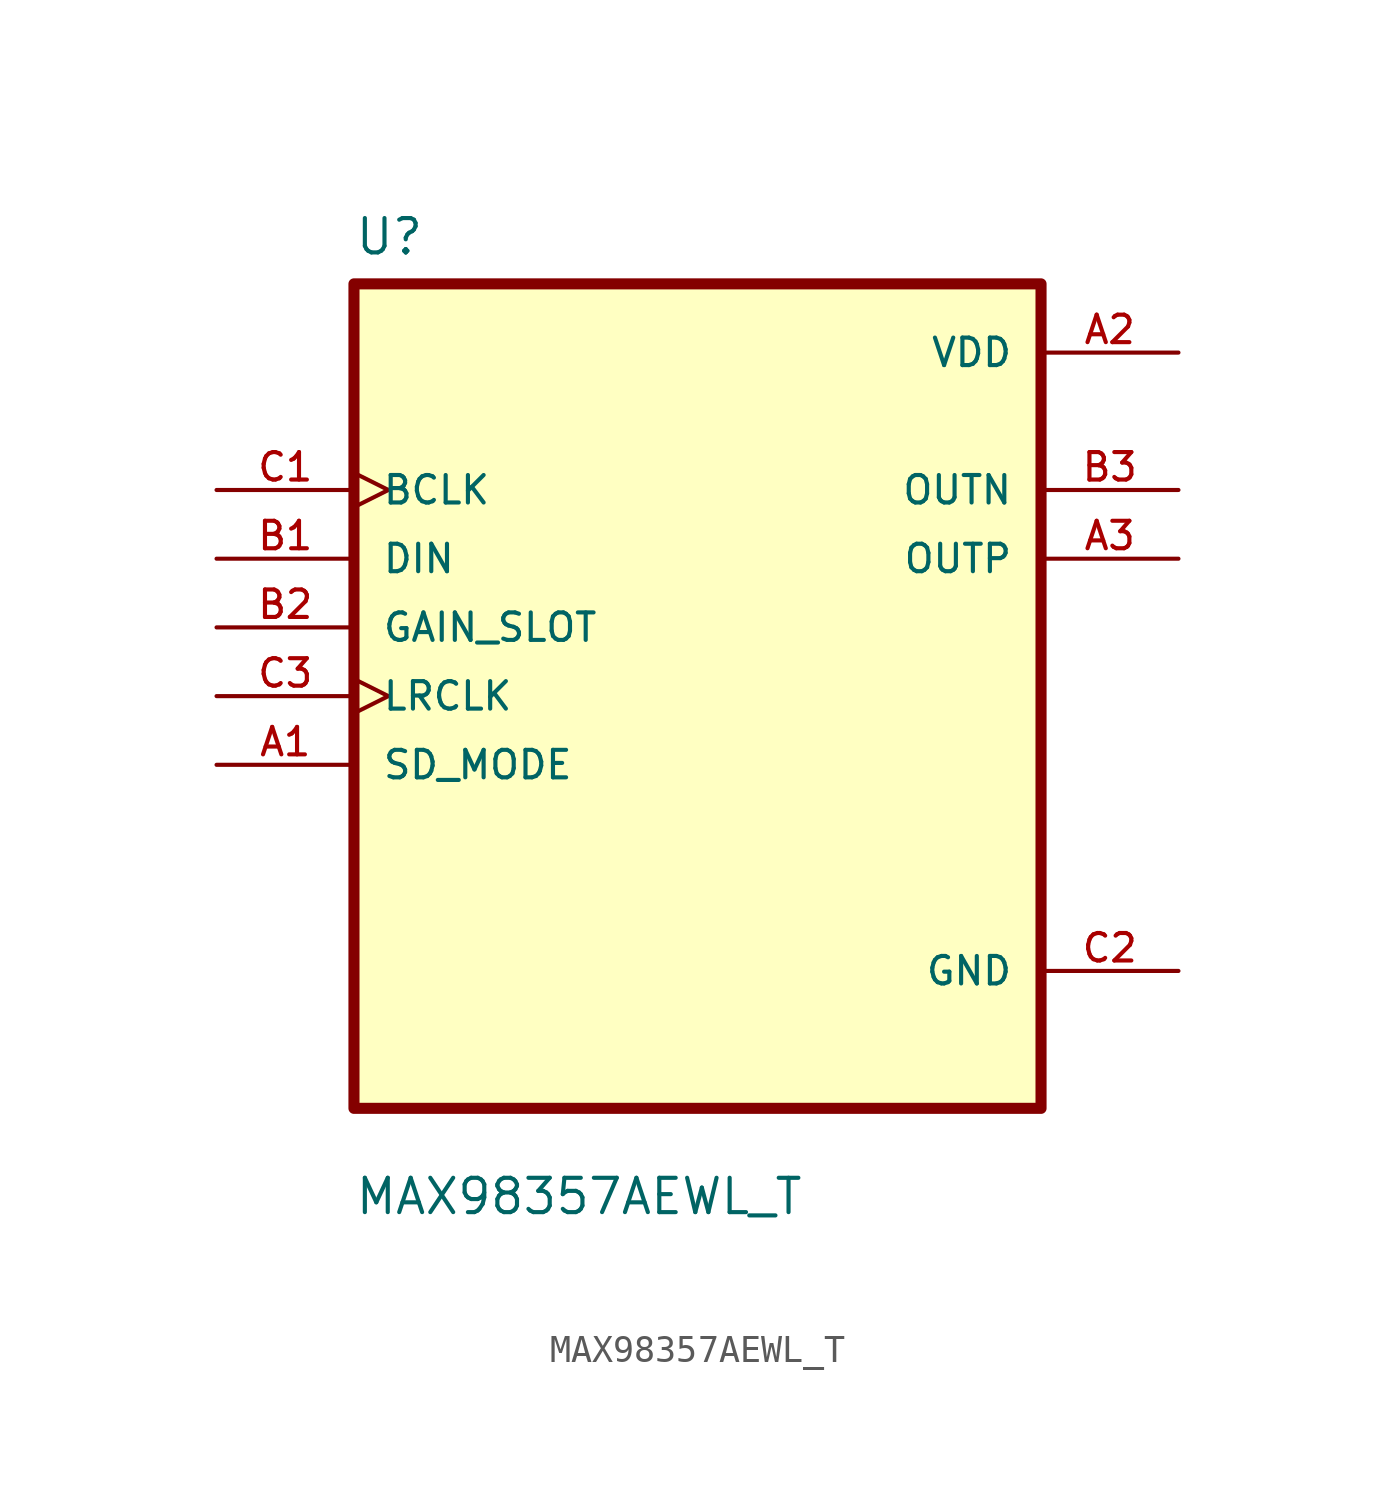
<source format=kicad_sym>
(kicad_symbol_lib
  (version 20211014)
  (generator kicad_symbol_editor)
  (symbol "MAX98357AEWL_T"
    (pin_names
      (offset 1.016))
    (property "Reference" "U"
      (at -12.7 16.24 0.0)
      (effects (font (size 1.27 1.27)) (justify bottom left)))
    (property "Value" "MAX98357AEWL_T"
      (at -12.7 -19.24 0.0)
      (effects (font (size 1.27 1.27)) (justify bottom left)))
    (symbol "MAX98357AEWL_T_0_0"
      (rectangle (start -12.7 -15.24) (end 12.7 15.24) (stroke (width 0.41)) (fill (type background)))
      (pin input clock (at -17.78 7.62 0) (length 5.08) (name "BCLK" (effects (font (size 1.016 1.016)))) (number "C1" (effects (font (size 1.016 1.016)))))
      (pin input line (at -17.78 5.08 0) (length 5.08) (name "DIN" (effects (font (size 1.016 1.016)))) (number "B1" (effects (font (size 1.016 1.016)))))
      (pin input line (at -17.78 2.54 0) (length 5.08) (name "GAIN_SLOT" (effects (font (size 1.016 1.016)))) (number "B2" (effects (font (size 1.016 1.016)))))
      (pin input clock (at -17.78 0.0 0) (length 5.08) (name "LRCLK" (effects (font (size 1.016 1.016)))) (number "C3" (effects (font (size 1.016 1.016)))))
      (pin input line (at -17.78 -2.54 0) (length 5.08) (name "SD_MODE" (effects (font (size 1.016 1.016)))) (number "A1" (effects (font (size 1.016 1.016)))))
      (pin power_in line (at 17.78 12.7 180.0) (length 5.08) (name "VDD" (effects (font (size 1.016 1.016)))) (number "A2" (effects (font (size 1.016 1.016)))))
      (pin output line (at 17.78 7.62 180.0) (length 5.08) (name "OUTN" (effects (font (size 1.016 1.016)))) (number "B3" (effects (font (size 1.016 1.016)))))
      (pin output line (at 17.78 5.08 180.0) (length 5.08) (name "OUTP" (effects (font (size 1.016 1.016)))) (number "A3" (effects (font (size 1.016 1.016)))))
      (pin power_in line (at 17.78 -10.16 180.0) (length 5.08) (name "GND" (effects (font (size 1.016 1.016)))) (number "C2" (effects (font (size 1.016 1.016))))))))
</source>
